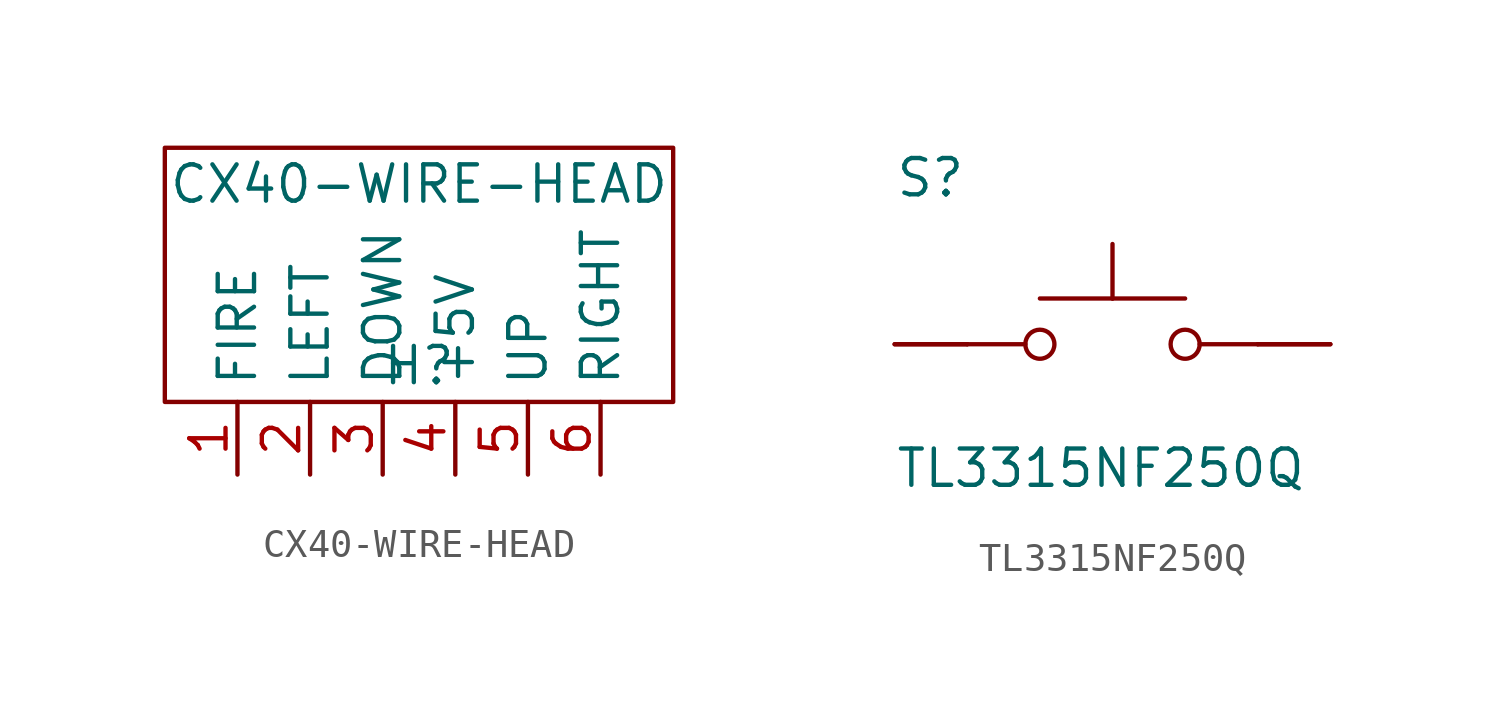
<source format=kicad_sym>
(kicad_symbol_lib
  (version 20211014)
  (generator kicad_symbol_editor)
  (symbol "CX40-WIRE-HEAD"
    (property "Reference" "H"
      (at 0 0 0)
      (effects (font (size 1.27 1.27))))
    (property "Value" "CX40-WIRE-HEAD"
      (at 0 6.35 0)
      (effects (font (size 1.27 1.27))))
    (symbol "CX40-WIRE-HEAD_0_1"
      (rectangle (start -8.89 7.62) (end 8.89 -1.27) (stroke (width 0) (type default) (color 0 0 0 0)) (fill (type none))))
    (symbol "CX40-WIRE-HEAD_1_1"
      (pin passive line (at -6.35 -3.81 90) (length 2.54) (name "FIRE" (effects (font (size 1.27 1.27)))) (number "1" (effects (font (size 1.27 1.27)))))
      (pin passive line (at -3.81 -3.81 90) (length 2.54) (name "LEFT" (effects (font (size 1.27 1.27)))) (number "2" (effects (font (size 1.27 1.27)))))
      (pin passive line (at -1.27 -3.81 90) (length 2.54) (name "DOWN" (effects (font (size 1.27 1.27)))) (number "3" (effects (font (size 1.27 1.27)))))
      (pin power_in line (at 1.27 -3.81 90) (length 2.54) (name "+5V" (effects (font (size 1.27 1.27)))) (number "4" (effects (font (size 1.27 1.27)))))
      (pin passive line (at 3.81 -3.81 90) (length 2.54) (name "UP" (effects (font (size 1.27 1.27)))) (number "5" (effects (font (size 1.27 1.27)))))
      (pin passive line (at 6.35 -3.81 90) (length 2.54) (name "RIGHT" (effects (font (size 1.27 1.27)))) (number "6" (effects (font (size 1.27 1.27)))))))
  (symbol "TL3315NF250Q"
    (pin_numbers hide)
    (pin_names
      (offset 1.016) hide)
    (property "Reference" "S"
      (at -7.62 5.08 0)
      (effects (font (size 1.27 1.27)) (justify left bottom)))
    (property "Value" "TL3315NF250Q"
      (at -7.62 -5.08 0)
      (effects (font (size 1.27 1.27)) (justify left bottom)))
    (property "ki_locked" ""
      (at 0 0 0)
      (effects (font (size 1.27 1.27))))
    (symbol "TL3315NF250Q_0_0"
      (circle (center -2.54 0) (radius 0.508) (stroke (width 0.152) (type default) (color 0 0 0 0)) (fill (type none)))
      (polyline (pts (xy -5.08 0) (xy -3.048 0)) (stroke (width 0.152) (type default) (color 0 0 0 0)) (fill (type none)))
      (polyline (pts (xy -2.54 1.6) (xy 0 1.6)) (stroke (width 0.152) (type default) (color 0 0 0 0)) (fill (type none)))
      (polyline (pts (xy 0 1.6) (xy 0 3.505)) (stroke (width 0.152) (type default) (color 0 0 0 0)) (fill (type none)))
      (polyline (pts (xy 0 1.6) (xy 2.54 1.6)) (stroke (width 0.152) (type default) (color 0 0 0 0)) (fill (type none)))
      (polyline (pts (xy 5.08 0) (xy 3.048 0)) (stroke (width 0.152) (type default) (color 0 0 0 0)) (fill (type none)))
      (circle (center 2.54 0) (radius 0.508) (stroke (width 0.152) (type default) (color 0 0 0 0)) (fill (type none)))
      (pin passive line (at -7.62 0 0) (length 2.54) (name "~" (effects (font (size 1.016 1.016)))) (number "1" (effects (font (size 1.016 1.016)))))
      (pin passive line (at -7.62 0 0) (length 2.54) (name "~" (effects (font (size 1.016 1.016)))) (number "2" (effects (font (size 1.016 1.016)))))
      (pin passive line (at 7.62 0 180) (length 2.54) (name "~" (effects (font (size 1.016 1.016)))) (number "3" (effects (font (size 1.016 1.016)))))
      (pin passive line (at 7.62 0 180) (length 2.54) (name "~" (effects (font (size 1.016 1.016)))) (number "4" (effects (font (size 1.016 1.016))))))))
</source>
